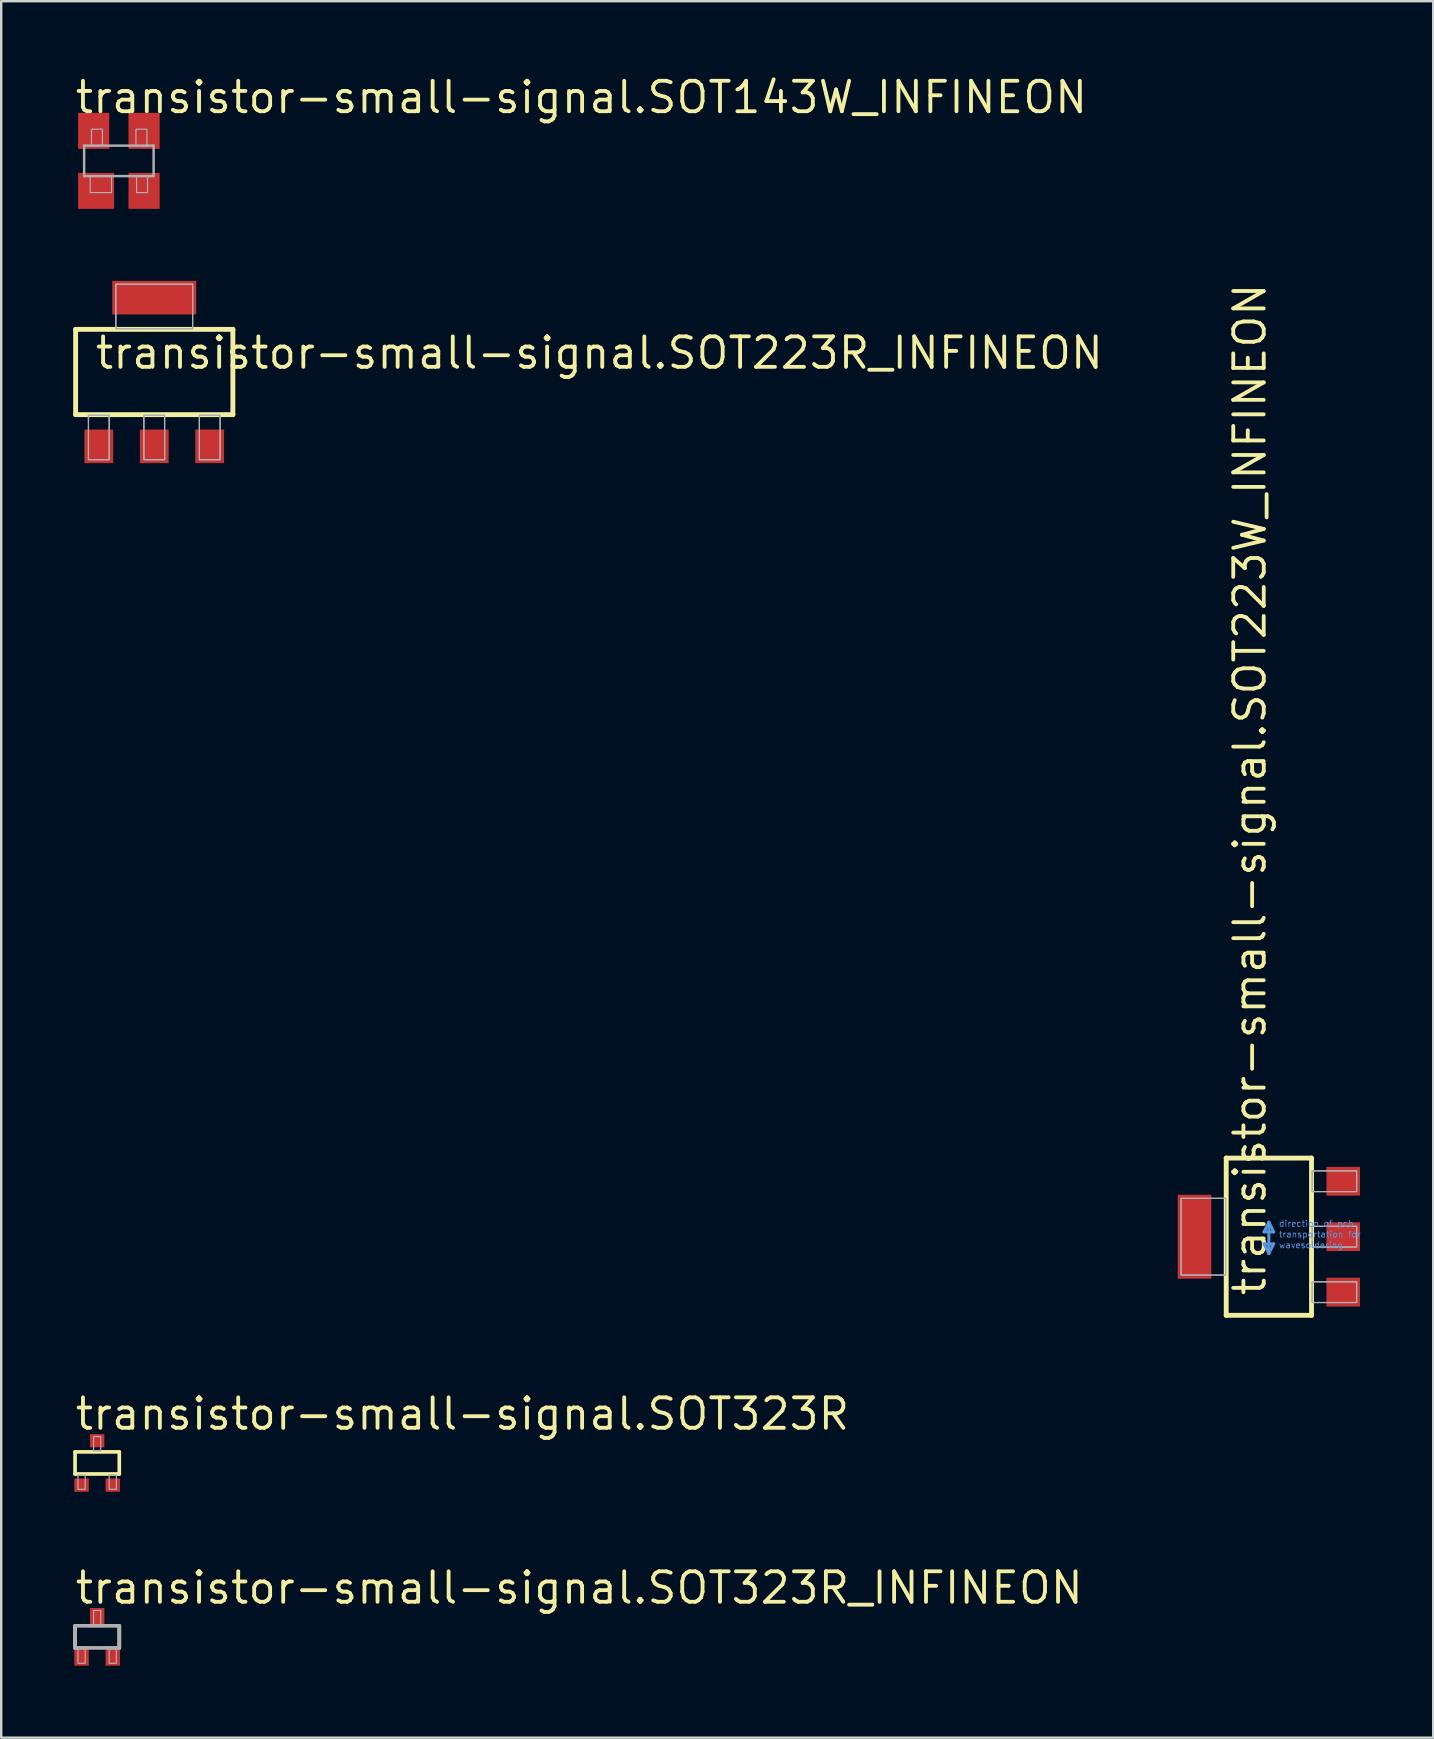
<source format=kicad_pcb>
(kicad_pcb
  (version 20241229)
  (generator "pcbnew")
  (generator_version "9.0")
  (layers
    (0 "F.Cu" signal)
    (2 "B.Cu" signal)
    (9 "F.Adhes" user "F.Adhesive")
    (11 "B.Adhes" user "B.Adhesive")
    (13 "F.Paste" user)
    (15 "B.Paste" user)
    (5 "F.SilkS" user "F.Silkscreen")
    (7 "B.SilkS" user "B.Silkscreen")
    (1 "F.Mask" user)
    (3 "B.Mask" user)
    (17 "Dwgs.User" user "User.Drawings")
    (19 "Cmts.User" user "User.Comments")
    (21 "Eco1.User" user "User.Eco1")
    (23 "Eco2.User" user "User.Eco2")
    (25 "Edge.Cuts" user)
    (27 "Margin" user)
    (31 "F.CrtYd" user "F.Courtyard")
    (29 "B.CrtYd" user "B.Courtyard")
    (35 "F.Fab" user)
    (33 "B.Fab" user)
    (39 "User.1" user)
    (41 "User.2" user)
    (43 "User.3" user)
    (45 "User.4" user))
  (footprint "transistor-small-signal.SOT323R"
    (layer "F.Cu")
    (at 1 57.922)
    (property "Reference" "transistor-small-signal.SOT323R" (at -1 -1.3 0) (layer "F.SilkS") (effects (font (size 1.27 1.27) (thickness 0.16)) (justify left bottom)))
    (attr smd)
    (fp_line (start -0.922 -0.46) (end 0.922 -0.46) (stroke (width 0.152) (type default)) (layer "F.SilkS"))
    (fp_line (start -0.922 0.46) (end -0.922 -0.46) (stroke (width 0.152) (type default)) (layer "F.SilkS"))
    (fp_line (start 0.922 -0.46) (end 0.922 0.46) (stroke (width 0.152) (type default)) (layer "F.SilkS"))
    (fp_line (start 0.922 0.46) (end -0.922 0.46) (stroke (width 0.152) (type default)) (layer "F.SilkS"))
    (fp_rect (start -0.8 1.1) (end -0.5 0.5) (stroke (width 0.05) (type default)) (fill no) (layer "F.Fab"))
    (fp_rect (start -0.15 -0.5) (end 0.15 -1.1) (stroke (width 0.05) (type default)) (fill no) (layer "F.Fab"))
    (fp_rect (start 0.5 1.1) (end 0.8 0.5) (stroke (width 0.05) (type default)) (fill no) (layer "F.Fab"))
    (pad "1" smd roundrect (at -0.65 0.925) (size 0.6 0.55) (layers "F.Cu" "F.Mask" "F.Paste") (roundrect_rratio 0.01))
    (pad "2" smd roundrect (at 0.65 0.925) (size 0.6 0.55) (layers "F.Cu" "F.Mask" "F.Paste") (roundrect_rratio 0.01))
    (pad "3" smd roundrect (at 0 -0.925) (size 0.6 0.55) (layers "F.Cu" "F.Mask" "F.Paste") (roundrect_rratio 0.01)))
  (footprint "transistor-small-signal.SOT223W_INFINEON"
    (layer "F.Cu")
    (at 49.834 48.493)
    (property "Reference" "transistor-small-signal.SOT223W_INFINEON" (at -0.051 2.54 90) (layer "F.SilkS") (effects (font (size 1.27 1.27) (thickness 0.16)) (justify left bottom)))
    (attr smd)
    (fp_line (start -1.778 -3.277) (end 1.778 -3.277) (stroke (width 0.203) (type default)) (layer "F.SilkS"))
    (fp_line (start -1.778 3.277) (end -1.778 -3.277) (stroke (width 0.203) (type default)) (layer "F.SilkS"))
    (fp_line (start 1.778 -3.277) (end 1.778 3.277) (stroke (width 0.203) (type default)) (layer "F.SilkS"))
    (fp_line (start 1.778 3.277) (end -1.778 3.277) (stroke (width 0.203) (type default)) (layer "F.SilkS"))
    (fp_line (start -0.2 -0.2) (end 0.2 -0.2) (stroke (width 0.127) (type default)) (layer "Cmts.User"))
    (fp_line (start -0.2 0.3) (end 0 0.7) (stroke (width 0.127) (type default)) (layer "Cmts.User"))
    (fp_line (start 0 -0.6) (end -0.2 -0.2) (stroke (width 0.127) (type default)) (layer "Cmts.User"))
    (fp_line (start 0 0.7) (end 0 -0.6) (stroke (width 0.127) (type default)) (layer "Cmts.User"))
    (fp_line (start 0 0.7) (end 0.2 0.3) (stroke (width 0.127) (type default)) (layer "Cmts.User"))
    (fp_line (start 0.2 -0.2) (end 0 -0.6) (stroke (width 0.127) (type default)) (layer "Cmts.User"))
    (fp_line (start 0.2 0.3) (end -0.2 0.3) (stroke (width 0.127) (type default)) (layer "Cmts.User"))
    (fp_rect (start -3.658 1.6) (end -1.803 -1.6) (stroke (width 0.05) (type default)) (fill no) (layer "F.Fab"))
    (fp_rect (start -3.658 1.6) (end -1.803 -1.6) (stroke (width 0.05) (type default)) (fill no) (layer "F.Fab"))
    (fp_rect (start 1.803 -1.88) (end 3.658 -2.743) (stroke (width 0.05) (type default)) (fill no) (layer "F.Fab"))
    (fp_rect (start 1.803 -1.88) (end 3.658 -2.743) (stroke (width 0.05) (type default)) (fill no) (layer "F.Fab"))
    (fp_rect (start 1.803 0.432) (end 3.658 -0.432) (stroke (width 0.05) (type default)) (fill no) (layer "F.Fab"))
    (fp_rect (start 1.803 0.432) (end 3.658 -0.432) (stroke (width 0.05) (type default)) (fill no) (layer "F.Fab"))
    (fp_rect (start 1.803 2.743) (end 3.658 1.88) (stroke (width 0.05) (type default)) (fill no) (layer "F.Fab"))
    (fp_rect (start 1.803 2.743) (end 3.658 1.88) (stroke (width 0.05) (type default)) (fill no) (layer "F.Fab"))
    (fp_text user "transportation for" (at 0.4 0.05 0) (layer "Cmts.User") (effects (font (size 0.254 0.254) (thickness 0.03)) (justify left bottom)))
    (fp_text user "wavesoldering" (at 0.4 0.5 0) (layer "Cmts.User") (effects (font (size 0.254 0.254) (thickness 0.03)) (justify left bottom)))
    (fp_text user "direction of pcb" (at 0.4 -0.4 0) (layer "Cmts.User") (effects (font (size 0.254 0.254) (thickness 0.03)) (justify left bottom)))
    (pad "1" smd roundrect (at 3.099 2.311) (size 1.4 1.2) (layers "F.Cu" "F.Mask" "F.Paste") (roundrect_rratio 0.01))
    (pad "2" smd roundrect (at 3.099 0) (size 1.4 1.2) (layers "F.Cu" "F.Mask" "F.Paste") (roundrect_rratio 0.01))
    (pad "3" smd roundrect (at 3.099 -2.311) (size 1.4 1.2) (layers "F.Cu" "F.Mask" "F.Paste") (roundrect_rratio 0.01))
    (pad "4" smd roundrect (at -3.099 0) (size 1.4 3.5) (layers "F.Cu" "F.Mask" "F.Paste") (roundrect_rratio 0.01)))
  (footprint "transistor-small-signal.SOT223R_INFINEON"
    (layer "F.Cu")
    (at 3.379 12.454)
    (property "Reference" "transistor-small-signal.SOT223R_INFINEON" (at -2.54 -0.051 0) (layer "F.SilkS") (effects (font (size 1.27 1.27) (thickness 0.16)) (justify left bottom)))
    (attr smd)
    (fp_line (start -3.277 -1.778) (end 3.277 -1.778) (stroke (width 0.203) (type default)) (layer "F.SilkS"))
    (fp_line (start -3.277 1.778) (end -3.277 -1.778) (stroke (width 0.203) (type default)) (layer "F.SilkS"))
    (fp_line (start 3.277 -1.778) (end 3.277 1.778) (stroke (width 0.203) (type default)) (layer "F.SilkS"))
    (fp_line (start 3.277 1.778) (end -3.277 1.778) (stroke (width 0.203) (type default)) (layer "F.SilkS"))
    (fp_rect (start -2.743 3.658) (end -1.88 1.803) (stroke (width 0.05) (type default)) (fill no) (layer "F.Fab"))
    (fp_rect (start -2.743 3.658) (end -1.88 1.803) (stroke (width 0.05) (type default)) (fill no) (layer "F.Fab"))
    (fp_rect (start -1.6 -1.803) (end 1.6 -3.658) (stroke (width 0.05) (type default)) (fill no) (layer "F.Fab"))
    (fp_rect (start -1.6 -1.803) (end 1.6 -3.658) (stroke (width 0.05) (type default)) (fill no) (layer "F.Fab"))
    (fp_rect (start -0.432 3.658) (end 0.432 1.803) (stroke (width 0.05) (type default)) (fill no) (layer "F.Fab"))
    (fp_rect (start -0.432 3.658) (end 0.432 1.803) (stroke (width 0.05) (type default)) (fill no) (layer "F.Fab"))
    (fp_rect (start 1.88 3.658) (end 2.743 1.803) (stroke (width 0.05) (type default)) (fill no) (layer "F.Fab"))
    (fp_rect (start 1.88 3.658) (end 2.743 1.803) (stroke (width 0.05) (type default)) (fill no) (layer "F.Fab"))
    (pad "1" smd roundrect (at -2.311 3.099) (size 1.2 1.4) (layers "F.Cu" "F.Mask" "F.Paste") (roundrect_rratio 0.01))
    (pad "2" smd roundrect (at 0 3.099) (size 1.2 1.4) (layers "F.Cu" "F.Mask" "F.Paste") (roundrect_rratio 0.01))
    (pad "3" smd roundrect (at 2.311 3.099) (size 1.2 1.4) (layers "F.Cu" "F.Mask" "F.Paste") (roundrect_rratio 0.01))
    (pad "4" smd roundrect (at 0 -3.099) (size 3.5 1.4) (layers "F.Cu" "F.Mask" "F.Paste") (roundrect_rratio 0.01)))
  (footprint "transistor-small-signal.SOT323R_INFINEON"
    (layer "F.Cu")
    (at 1 65.172)
    (property "Reference" "transistor-small-signal.SOT323R_INFINEON" (at -1 -1.3 0) (layer "F.SilkS") (effects (font (size 1.27 1.27) (thickness 0.16)) (justify left bottom)))
    (attr smd)
    (fp_line (start -0.922 0.46) (end -0.922 -0.46) (stroke (width 0.152) (type default)) (layer "F.SilkS"))
    (fp_line (start 0.922 -0.46) (end 0.922 0.46) (stroke (width 0.152) (type default)) (layer "F.SilkS"))
    (fp_line (start -0.922 -0.46) (end 0.922 -0.46) (stroke (width 0.152) (type default)) (layer "F.Fab"))
    (fp_line (start -0.922 0.46) (end -0.922 -0.46) (stroke (width 0.152) (type default)) (layer "F.Fab"))
    (fp_line (start 0.922 -0.46) (end 0.922 0.46) (stroke (width 0.152) (type default)) (layer "F.Fab"))
    (fp_line (start 0.922 0.46) (end -0.922 0.46) (stroke (width 0.152) (type default)) (layer "F.Fab"))
    (fp_rect (start -0.8 1.1) (end -0.5 0.5) (stroke (width 0.05) (type default)) (fill no) (layer "F.Fab"))
    (fp_rect (start -0.15 -0.5) (end 0.15 -1.1) (stroke (width 0.05) (type default)) (fill no) (layer "F.Fab"))
    (fp_rect (start 0.5 1.1) (end 0.8 0.5) (stroke (width 0.05) (type default)) (fill no) (layer "F.Fab"))
    (pad "1" smd roundrect (at -0.65 0.8) (size 0.6 0.8) (layers "F.Cu" "F.Mask" "F.Paste") (roundrect_rratio 0.01))
    (pad "2" smd roundrect (at 0 -0.8) (size 0.6 0.8) (layers "F.Cu" "F.Mask" "F.Paste") (roundrect_rratio 0.01))
    (pad "3" smd roundrect (at 0.65 0.8) (size 0.6 0.8) (layers "F.Cu" "F.Mask" "F.Paste") (roundrect_rratio 0.01)))
  (footprint "transistor-small-signal.SOT143W_INFINEON"
    (layer "F.Cu")
    (at 1.905 3.655)
    (property "Reference" "transistor-small-signal.SOT143W_INFINEON" (at -1.905 -1.905 0) (layer "F.SilkS") (effects (font (size 1.27 1.27) (thickness 0.16)) (justify left bottom)))
    (attr smd)
    (fp_line (start -1.448 -0.635) (end 1.448 -0.635) (stroke (width 0.102) (type default)) (layer "F.Fab"))
    (fp_line (start -1.448 0.635) (end -1.448 -0.635) (stroke (width 0.102) (type default)) (layer "F.Fab"))
    (fp_line (start -1.448 0.635) (end 1.448 0.635) (stroke (width 0.102) (type default)) (layer "F.Fab"))
    (fp_line (start 1.448 0.635) (end 1.448 -0.635) (stroke (width 0.102) (type default)) (layer "F.Fab"))
    (fp_rect (start -1.194 1.321) (end -0.305 0.635) (stroke (width 0.05) (type default)) (fill no) (layer "F.Fab"))
    (fp_rect (start -1.143 -0.635) (end -0.686 -1.321) (stroke (width 0.05) (type default)) (fill no) (layer "F.Fab"))
    (fp_rect (start 0.711 -0.635) (end 1.168 -1.321) (stroke (width 0.05) (type default)) (fill no) (layer "F.Fab"))
    (fp_rect (start 0.737 1.321) (end 1.194 0.635) (stroke (width 0.05) (type default)) (fill no) (layer "F.Fab"))
    (pad "1" smd roundrect (at -0.95 1.25) (size 1.5 1.5) (layers "F.Cu" "F.Mask" "F.Paste") (roundrect_rratio 0.01))
    (pad "2" smd roundrect (at 1.05 1.25) (size 1.3 1.5) (layers "F.Cu" "F.Mask" "F.Paste") (roundrect_rratio 0.01))
    (pad "3" smd roundrect (at 1.05 -1.25) (size 1.3 1.5) (layers "F.Cu" "F.Mask" "F.Paste") (roundrect_rratio 0.01))
    (pad "4" smd roundrect (at -1.05 -1.25) (size 1.3 1.5) (layers "F.Cu" "F.Mask" "F.Paste") (roundrect_rratio 0.01)))
  (gr_rect
    (start -3 -3)
    (end 56.684 69.372)
    (stroke (width 0.1) (type default))
    (fill no)
    (layer "Edge.Cuts")))
</source>
